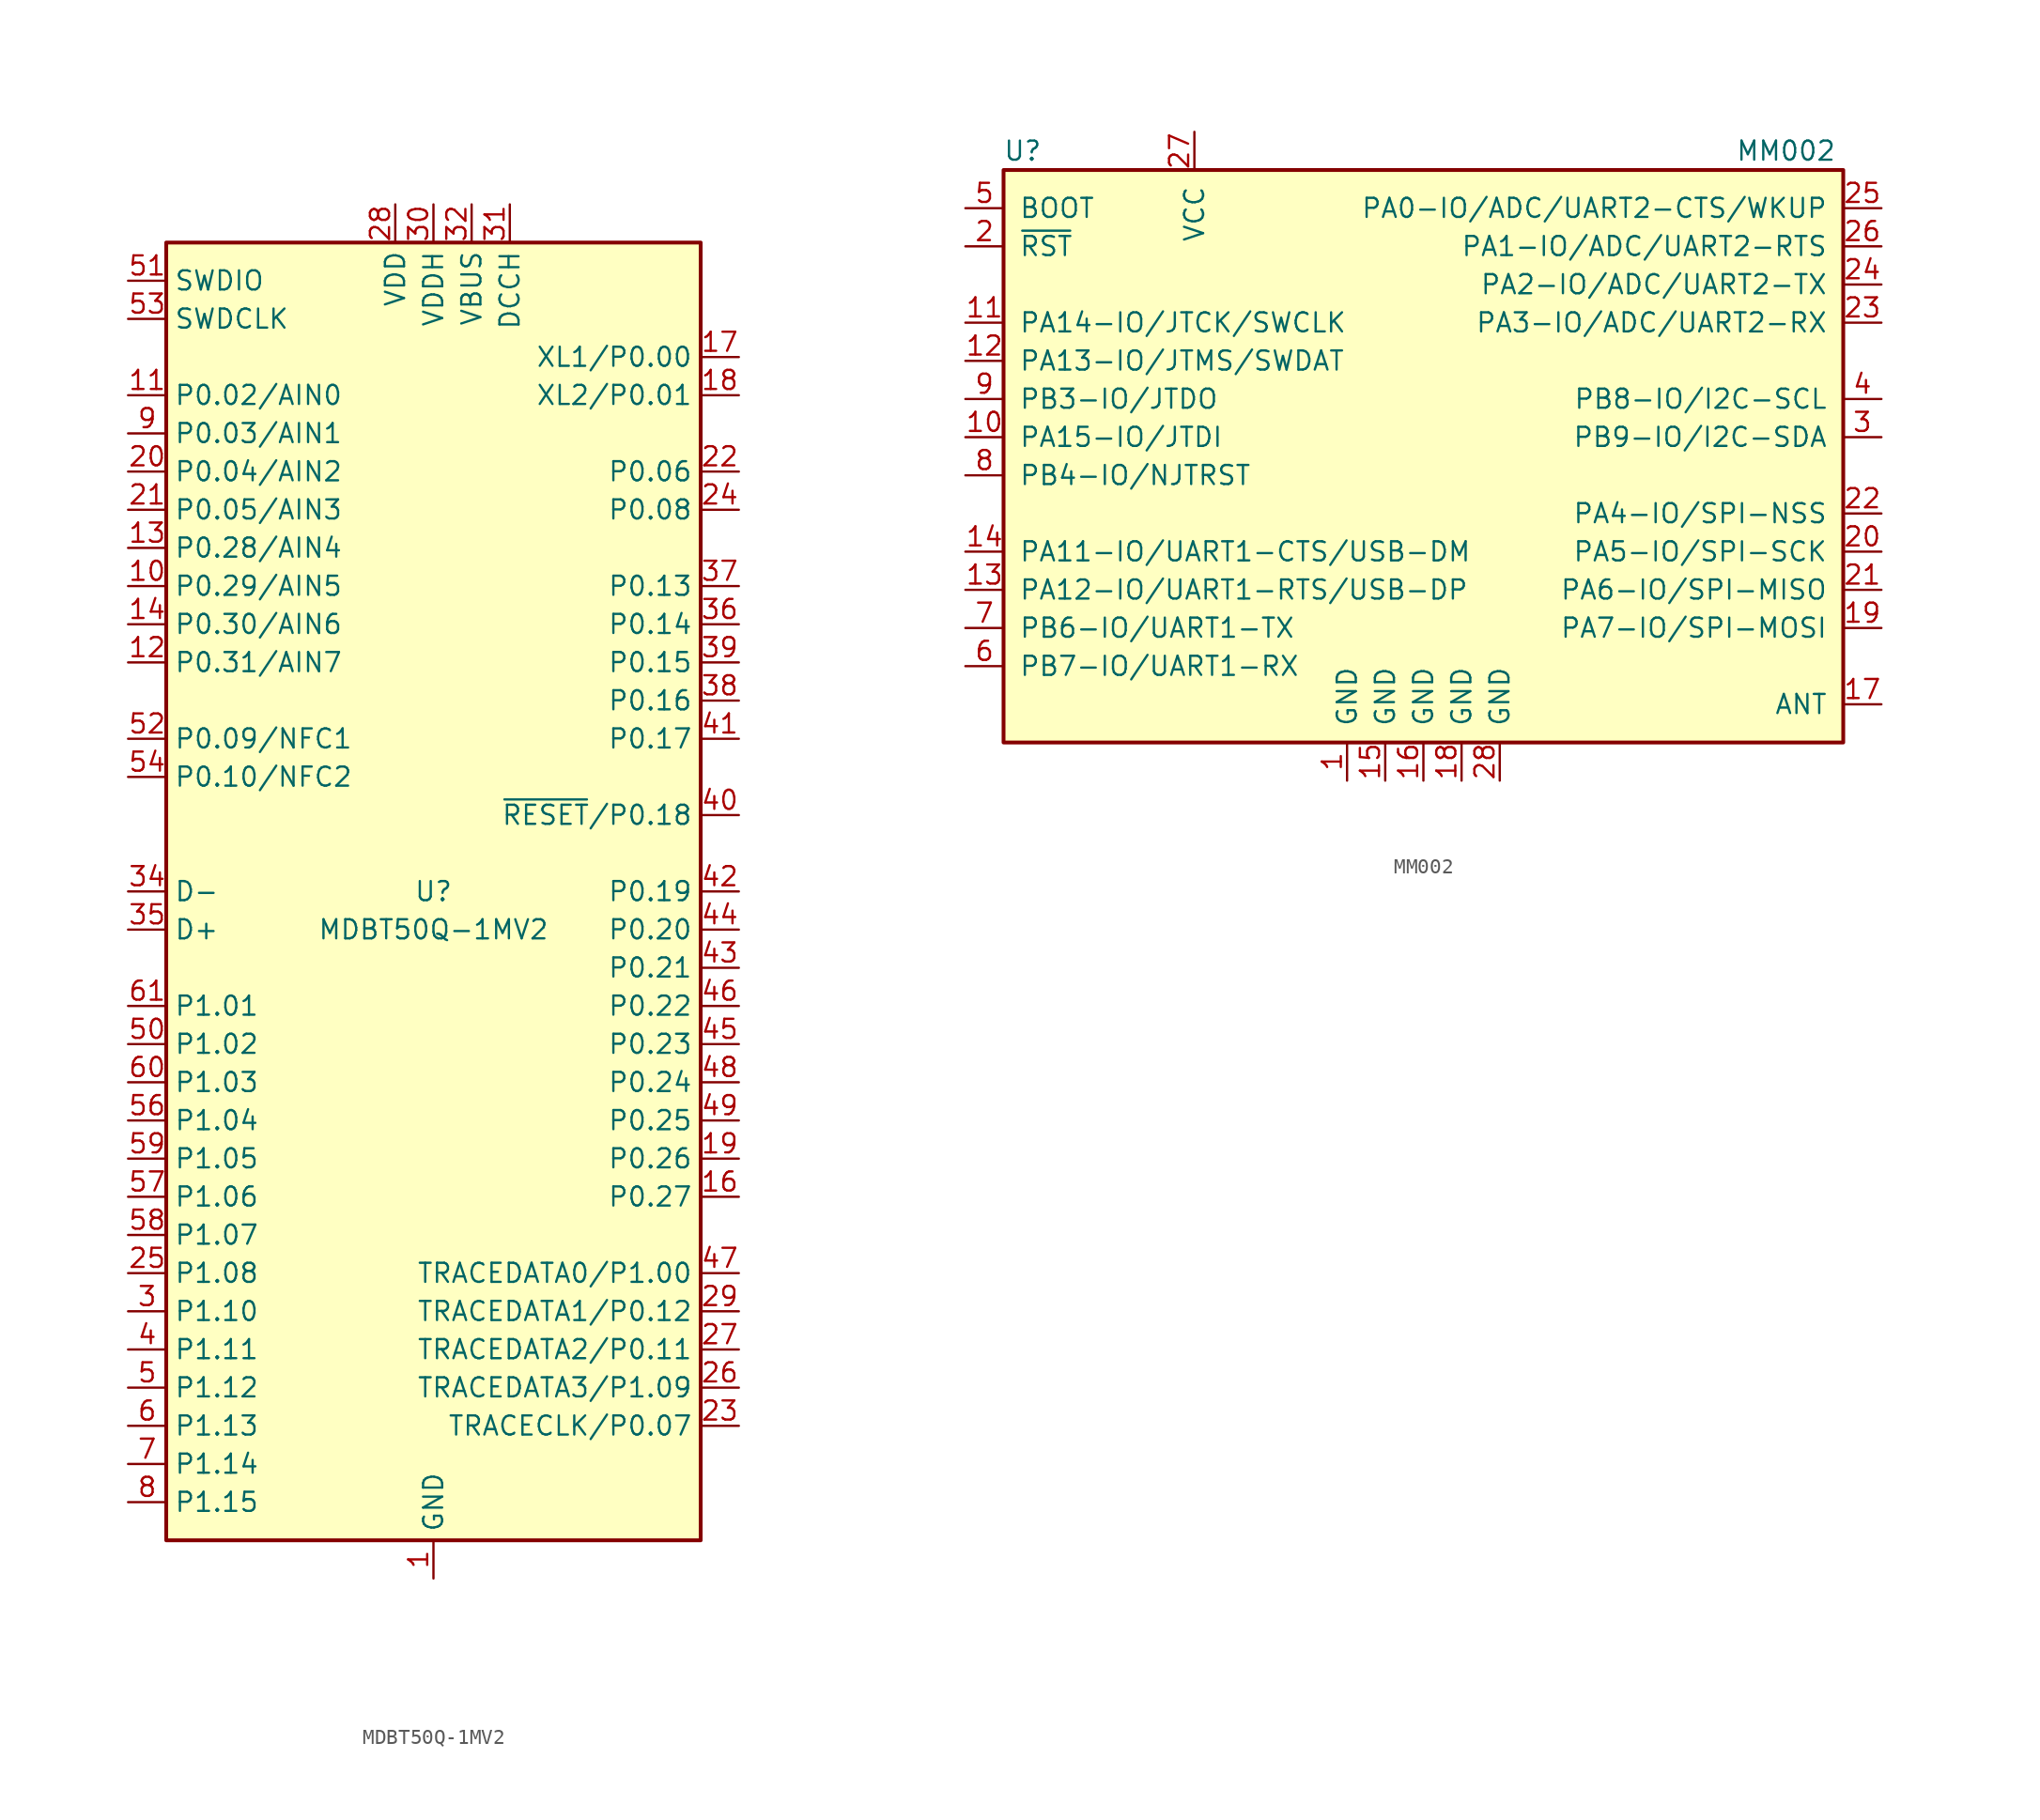
<source format=kicad_sym>
(kicad_symbol_lib
  (version 20211014)
  (generator kicad_symbol_editor)
  (symbol "MDBT50Q-1MV2"
    (property "Reference" "U"
      (at 0 0 0)
      (effects (font (size 1.27 1.27))))
    (property "Value" "MDBT50Q-1MV2"
      (at 0 -2.54 0)
      (effects (font (size 1.27 1.27))))
    (symbol "MDBT50Q-1MV2_0_1"
      (rectangle (start -17.78 43.18) (end 17.78 -43.18) (stroke (width 0.254) (type default) (color 0 0 0 0)) (fill (type background))))
    (symbol "MDBT50Q-1MV2_1_1"
      (pin power_in line (at 0 -45.72 90) (length 2.54) (name "GND" (effects (font (size 1.27 1.27)))) (number "1" (effects (font (size 1.27 1.27)))))
      (pin bidirectional line (at -20.32 20.32 0) (length 2.54) (name "P0.29/AIN5" (effects (font (size 1.27 1.27)))) (number "10" (effects (font (size 1.27 1.27)))))
      (pin bidirectional line (at -20.32 33.02 0) (length 2.54) (name "P0.02/AIN0" (effects (font (size 1.27 1.27)))) (number "11" (effects (font (size 1.27 1.27)))))
      (pin bidirectional line (at -20.32 15.24 0) (length 2.54) (name "P0.31/AIN7" (effects (font (size 1.27 1.27)))) (number "12" (effects (font (size 1.27 1.27)))))
      (pin bidirectional line (at -20.32 22.86 0) (length 2.54) (name "P0.28/AIN4" (effects (font (size 1.27 1.27)))) (number "13" (effects (font (size 1.27 1.27)))))
      (pin bidirectional line (at -20.32 17.78 0) (length 2.54) (name "P0.30/AIN6" (effects (font (size 1.27 1.27)))) (number "14" (effects (font (size 1.27 1.27)))))
      (pin passive line (at 0 -45.72 90) (length 2.54) hide (name "GND" (effects (font (size 1.27 1.27)))) (number "15" (effects (font (size 1.27 1.27)))))
      (pin bidirectional line (at 20.32 -20.32 180) (length 2.54) (name "P0.27" (effects (font (size 1.27 1.27)))) (number "16" (effects (font (size 1.27 1.27)))))
      (pin bidirectional line (at 20.32 35.56 180) (length 2.54) (name "XL1/P0.00" (effects (font (size 1.27 1.27)))) (number "17" (effects (font (size 1.27 1.27)))))
      (pin bidirectional line (at 20.32 33.02 180) (length 2.54) (name "XL2/P0.01" (effects (font (size 1.27 1.27)))) (number "18" (effects (font (size 1.27 1.27)))))
      (pin bidirectional line (at 20.32 -17.78 180) (length 2.54) (name "P0.26" (effects (font (size 1.27 1.27)))) (number "19" (effects (font (size 1.27 1.27)))))
      (pin passive line (at 0 -45.72 90) (length 2.54) hide (name "GND" (effects (font (size 1.27 1.27)))) (number "2" (effects (font (size 1.27 1.27)))))
      (pin bidirectional line (at -20.32 27.94 0) (length 2.54) (name "P0.04/AIN2" (effects (font (size 1.27 1.27)))) (number "20" (effects (font (size 1.27 1.27)))))
      (pin bidirectional line (at -20.32 25.4 0) (length 2.54) (name "P0.05/AIN3" (effects (font (size 1.27 1.27)))) (number "21" (effects (font (size 1.27 1.27)))))
      (pin bidirectional line (at 20.32 27.94 180) (length 2.54) (name "P0.06" (effects (font (size 1.27 1.27)))) (number "22" (effects (font (size 1.27 1.27)))))
      (pin bidirectional line (at 20.32 -35.56 180) (length 2.54) (name "TRACECLK/P0.07" (effects (font (size 1.27 1.27)))) (number "23" (effects (font (size 1.27 1.27)))))
      (pin bidirectional line (at 20.32 25.4 180) (length 2.54) (name "P0.08" (effects (font (size 1.27 1.27)))) (number "24" (effects (font (size 1.27 1.27)))))
      (pin bidirectional line (at -20.32 -25.4 0) (length 2.54) (name "P1.08" (effects (font (size 1.27 1.27)))) (number "25" (effects (font (size 1.27 1.27)))))
      (pin bidirectional line (at 20.32 -33.02 180) (length 2.54) (name "TRACEDATA3/P1.09" (effects (font (size 1.27 1.27)))) (number "26" (effects (font (size 1.27 1.27)))))
      (pin bidirectional line (at 20.32 -30.48 180) (length 2.54) (name "TRACEDATA2/P0.11" (effects (font (size 1.27 1.27)))) (number "27" (effects (font (size 1.27 1.27)))))
      (pin power_in line (at -2.54 45.72 270) (length 2.54) (name "VDD" (effects (font (size 1.27 1.27)))) (number "28" (effects (font (size 1.27 1.27)))))
      (pin bidirectional line (at 20.32 -27.94 180) (length 2.54) (name "TRACEDATA1/P0.12" (effects (font (size 1.27 1.27)))) (number "29" (effects (font (size 1.27 1.27)))))
      (pin bidirectional line (at -20.32 -27.94 0) (length 2.54) (name "P1.10" (effects (font (size 1.27 1.27)))) (number "3" (effects (font (size 1.27 1.27)))))
      (pin power_in line (at 0 45.72 270) (length 2.54) (name "VDDH" (effects (font (size 1.27 1.27)))) (number "30" (effects (font (size 1.27 1.27)))))
      (pin power_out line (at 5.08 45.72 270) (length 2.54) (name "DCCH" (effects (font (size 1.27 1.27)))) (number "31" (effects (font (size 1.27 1.27)))))
      (pin power_in line (at 2.54 45.72 270) (length 2.54) (name "VBUS" (effects (font (size 1.27 1.27)))) (number "32" (effects (font (size 1.27 1.27)))))
      (pin passive line (at 0 -45.72 90) (length 2.54) hide (name "GND" (effects (font (size 1.27 1.27)))) (number "33" (effects (font (size 1.27 1.27)))))
      (pin bidirectional line (at -20.32 0 0) (length 2.54) (name "D-" (effects (font (size 1.27 1.27)))) (number "34" (effects (font (size 1.27 1.27)))))
      (pin bidirectional line (at -20.32 -2.54 0) (length 2.54) (name "D+" (effects (font (size 1.27 1.27)))) (number "35" (effects (font (size 1.27 1.27)))))
      (pin bidirectional line (at 20.32 17.78 180) (length 2.54) (name "P0.14" (effects (font (size 1.27 1.27)))) (number "36" (effects (font (size 1.27 1.27)))))
      (pin bidirectional line (at 20.32 20.32 180) (length 2.54) (name "P0.13" (effects (font (size 1.27 1.27)))) (number "37" (effects (font (size 1.27 1.27)))))
      (pin bidirectional line (at 20.32 12.7 180) (length 2.54) (name "P0.16" (effects (font (size 1.27 1.27)))) (number "38" (effects (font (size 1.27 1.27)))))
      (pin bidirectional line (at 20.32 15.24 180) (length 2.54) (name "P0.15" (effects (font (size 1.27 1.27)))) (number "39" (effects (font (size 1.27 1.27)))))
      (pin bidirectional line (at -20.32 -30.48 0) (length 2.54) (name "P1.11" (effects (font (size 1.27 1.27)))) (number "4" (effects (font (size 1.27 1.27)))))
      (pin bidirectional line (at 20.32 5.08 180) (length 2.54) (name "~{RESET}/P0.18" (effects (font (size 1.27 1.27)))) (number "40" (effects (font (size 1.27 1.27)))))
      (pin bidirectional line (at 20.32 10.16 180) (length 2.54) (name "P0.17" (effects (font (size 1.27 1.27)))) (number "41" (effects (font (size 1.27 1.27)))))
      (pin bidirectional line (at 20.32 0 180) (length 2.54) (name "P0.19" (effects (font (size 1.27 1.27)))) (number "42" (effects (font (size 1.27 1.27)))))
      (pin bidirectional line (at 20.32 -5.08 180) (length 2.54) (name "P0.21" (effects (font (size 1.27 1.27)))) (number "43" (effects (font (size 1.27 1.27)))))
      (pin bidirectional line (at 20.32 -2.54 180) (length 2.54) (name "P0.20" (effects (font (size 1.27 1.27)))) (number "44" (effects (font (size 1.27 1.27)))))
      (pin bidirectional line (at 20.32 -10.16 180) (length 2.54) (name "P0.23" (effects (font (size 1.27 1.27)))) (number "45" (effects (font (size 1.27 1.27)))))
      (pin bidirectional line (at 20.32 -7.62 180) (length 2.54) (name "P0.22" (effects (font (size 1.27 1.27)))) (number "46" (effects (font (size 1.27 1.27)))))
      (pin bidirectional line (at 20.32 -25.4 180) (length 2.54) (name "TRACEDATA0/P1.00" (effects (font (size 1.27 1.27)))) (number "47" (effects (font (size 1.27 1.27)))))
      (pin bidirectional line (at 20.32 -12.7 180) (length 2.54) (name "P0.24" (effects (font (size 1.27 1.27)))) (number "48" (effects (font (size 1.27 1.27)))))
      (pin bidirectional line (at 20.32 -15.24 180) (length 2.54) (name "P0.25" (effects (font (size 1.27 1.27)))) (number "49" (effects (font (size 1.27 1.27)))))
      (pin bidirectional line (at -20.32 -33.02 0) (length 2.54) (name "P1.12" (effects (font (size 1.27 1.27)))) (number "5" (effects (font (size 1.27 1.27)))))
      (pin bidirectional line (at -20.32 -10.16 0) (length 2.54) (name "P1.02" (effects (font (size 1.27 1.27)))) (number "50" (effects (font (size 1.27 1.27)))))
      (pin bidirectional line (at -20.32 40.64 0) (length 2.54) (name "SWDIO" (effects (font (size 1.27 1.27)))) (number "51" (effects (font (size 1.27 1.27)))))
      (pin bidirectional line (at -20.32 10.16 0) (length 2.54) (name "P0.09/NFC1" (effects (font (size 1.27 1.27)))) (number "52" (effects (font (size 1.27 1.27)))))
      (pin input line (at -20.32 38.1 0) (length 2.54) (name "SWDCLK" (effects (font (size 1.27 1.27)))) (number "53" (effects (font (size 1.27 1.27)))))
      (pin bidirectional line (at -20.32 7.62 0) (length 2.54) (name "P0.10/NFC2" (effects (font (size 1.27 1.27)))) (number "54" (effects (font (size 1.27 1.27)))))
      (pin passive line (at 0 -45.72 90) (length 2.54) hide (name "GND" (effects (font (size 1.27 1.27)))) (number "55" (effects (font (size 1.27 1.27)))))
      (pin bidirectional line (at -20.32 -15.24 0) (length 2.54) (name "P1.04" (effects (font (size 1.27 1.27)))) (number "56" (effects (font (size 1.27 1.27)))))
      (pin bidirectional line (at -20.32 -20.32 0) (length 2.54) (name "P1.06" (effects (font (size 1.27 1.27)))) (number "57" (effects (font (size 1.27 1.27)))))
      (pin bidirectional line (at -20.32 -22.86 0) (length 2.54) (name "P1.07" (effects (font (size 1.27 1.27)))) (number "58" (effects (font (size 1.27 1.27)))))
      (pin bidirectional line (at -20.32 -17.78 0) (length 2.54) (name "P1.05" (effects (font (size 1.27 1.27)))) (number "59" (effects (font (size 1.27 1.27)))))
      (pin bidirectional line (at -20.32 -35.56 0) (length 2.54) (name "P1.13" (effects (font (size 1.27 1.27)))) (number "6" (effects (font (size 1.27 1.27)))))
      (pin bidirectional line (at -20.32 -12.7 0) (length 2.54) (name "P1.03" (effects (font (size 1.27 1.27)))) (number "60" (effects (font (size 1.27 1.27)))))
      (pin bidirectional line (at -20.32 -7.62 0) (length 2.54) (name "P1.01" (effects (font (size 1.27 1.27)))) (number "61" (effects (font (size 1.27 1.27)))))
      (pin bidirectional line (at -20.32 -38.1 0) (length 2.54) (name "P1.14" (effects (font (size 1.27 1.27)))) (number "7" (effects (font (size 1.27 1.27)))))
      (pin bidirectional line (at -20.32 -40.64 0) (length 2.54) (name "P1.15" (effects (font (size 1.27 1.27)))) (number "8" (effects (font (size 1.27 1.27)))))
      (pin bidirectional line (at -20.32 30.48 0) (length 2.54) (name "P0.03/AIN1" (effects (font (size 1.27 1.27)))) (number "9" (effects (font (size 1.27 1.27)))))))
  (symbol "MM002"
    (pin_names
      (offset 1.016))
    (property "Reference" "U"
      (at -26.67 21.59 0)
      (effects (font (size 1.27 1.27))))
    (property "Value" "MM002"
      (at 24.13 21.59 0)
      (effects (font (size 1.27 1.27))))
    (symbol "MM002_0_1"
      (rectangle (start -27.94 20.32) (end 27.94 -17.78) (stroke (width 0.254) (type default) (color 0 0 0 0)) (fill (type background))))
    (symbol "MM002_1_1"
      (pin power_in line (at -5.08 -20.32 90) (length 2.54) (name "GND" (effects (font (size 1.27 1.27)))) (number "1" (effects (font (size 1.27 1.27)))))
      (pin bidirectional line (at -30.48 2.54 0) (length 2.54) (name "PA15-IO/JTDI" (effects (font (size 1.27 1.27)))) (number "10" (effects (font (size 1.27 1.27)))))
      (pin bidirectional line (at -30.48 10.16 0) (length 2.54) (name "PA14-IO/JTCK/SWCLK" (effects (font (size 1.27 1.27)))) (number "11" (effects (font (size 1.27 1.27)))))
      (pin bidirectional line (at -30.48 7.62 0) (length 2.54) (name "PA13-IO/JTMS/SWDAT" (effects (font (size 1.27 1.27)))) (number "12" (effects (font (size 1.27 1.27)))))
      (pin bidirectional line (at -30.48 -7.62 0) (length 2.54) (name "PA12-IO/UART1-RTS/USB-DP" (effects (font (size 1.27 1.27)))) (number "13" (effects (font (size 1.27 1.27)))))
      (pin bidirectional line (at -30.48 -5.08 0) (length 2.54) (name "PA11-IO/UART1-CTS/USB-DM" (effects (font (size 1.27 1.27)))) (number "14" (effects (font (size 1.27 1.27)))))
      (pin power_in line (at -2.54 -20.32 90) (length 2.54) (name "GND" (effects (font (size 1.27 1.27)))) (number "15" (effects (font (size 1.27 1.27)))))
      (pin power_in line (at 0 -20.32 90) (length 2.54) (name "GND" (effects (font (size 1.27 1.27)))) (number "16" (effects (font (size 1.27 1.27)))))
      (pin bidirectional line (at 30.48 -15.24 180) (length 2.54) (name "ANT" (effects (font (size 1.27 1.27)))) (number "17" (effects (font (size 1.27 1.27)))))
      (pin power_in line (at 2.54 -20.32 90) (length 2.54) (name "GND" (effects (font (size 1.27 1.27)))) (number "18" (effects (font (size 1.27 1.27)))))
      (pin bidirectional line (at 30.48 -10.16 180) (length 2.54) (name "PA7-IO/SPI-MOSI" (effects (font (size 1.27 1.27)))) (number "19" (effects (font (size 1.27 1.27)))))
      (pin input line (at -30.48 15.24 0) (length 2.54) (name "~{RST}" (effects (font (size 1.27 1.27)))) (number "2" (effects (font (size 1.27 1.27)))))
      (pin bidirectional line (at 30.48 -5.08 180) (length 2.54) (name "PA5-IO/SPI-SCK" (effects (font (size 1.27 1.27)))) (number "20" (effects (font (size 1.27 1.27)))))
      (pin bidirectional line (at 30.48 -7.62 180) (length 2.54) (name "PA6-IO/SPI-MISO" (effects (font (size 1.27 1.27)))) (number "21" (effects (font (size 1.27 1.27)))))
      (pin bidirectional line (at 30.48 -2.54 180) (length 2.54) (name "PA4-IO/SPI-NSS" (effects (font (size 1.27 1.27)))) (number "22" (effects (font (size 1.27 1.27)))))
      (pin bidirectional line (at 30.48 10.16 180) (length 2.54) (name "PA3-IO/ADC/UART2-RX" (effects (font (size 1.27 1.27)))) (number "23" (effects (font (size 1.27 1.27)))))
      (pin bidirectional line (at 30.48 12.7 180) (length 2.54) (name "PA2-IO/ADC/UART2-TX" (effects (font (size 1.27 1.27)))) (number "24" (effects (font (size 1.27 1.27)))))
      (pin bidirectional line (at 30.48 17.78 180) (length 2.54) (name "PA0-IO/ADC/UART2-CTS/WKUP" (effects (font (size 1.27 1.27)))) (number "25" (effects (font (size 1.27 1.27)))))
      (pin bidirectional line (at 30.48 15.24 180) (length 2.54) (name "PA1-IO/ADC/UART2-RTS" (effects (font (size 1.27 1.27)))) (number "26" (effects (font (size 1.27 1.27)))))
      (pin power_in line (at -15.24 22.86 270) (length 2.54) (name "VCC" (effects (font (size 1.27 1.27)))) (number "27" (effects (font (size 1.27 1.27)))))
      (pin power_in line (at 5.08 -20.32 90) (length 2.54) (name "GND" (effects (font (size 1.27 1.27)))) (number "28" (effects (font (size 1.27 1.27)))))
      (pin bidirectional line (at 30.48 2.54 180) (length 2.54) (name "PB9-IO/I2C-SDA" (effects (font (size 1.27 1.27)))) (number "3" (effects (font (size 1.27 1.27)))))
      (pin bidirectional line (at 30.48 5.08 180) (length 2.54) (name "PB8-IO/I2C-SCL" (effects (font (size 1.27 1.27)))) (number "4" (effects (font (size 1.27 1.27)))))
      (pin input line (at -30.48 17.78 0) (length 2.54) (name "BOOT" (effects (font (size 1.27 1.27)))) (number "5" (effects (font (size 1.27 1.27)))))
      (pin bidirectional line (at -30.48 -12.7 0) (length 2.54) (name "PB7-IO/UART1-RX" (effects (font (size 1.27 1.27)))) (number "6" (effects (font (size 1.27 1.27)))))
      (pin bidirectional line (at -30.48 -10.16 0) (length 2.54) (name "PB6-IO/UART1-TX" (effects (font (size 1.27 1.27)))) (number "7" (effects (font (size 1.27 1.27)))))
      (pin input line (at -30.48 0 0) (length 2.54) (name "PB4-IO/NJTRST" (effects (font (size 1.27 1.27)))) (number "8" (effects (font (size 1.27 1.27)))))
      (pin bidirectional line (at -30.48 5.08 0) (length 2.54) (name "PB3-IO/JTDO" (effects (font (size 1.27 1.27)))) (number "9" (effects (font (size 1.27 1.27))))))))
</source>
